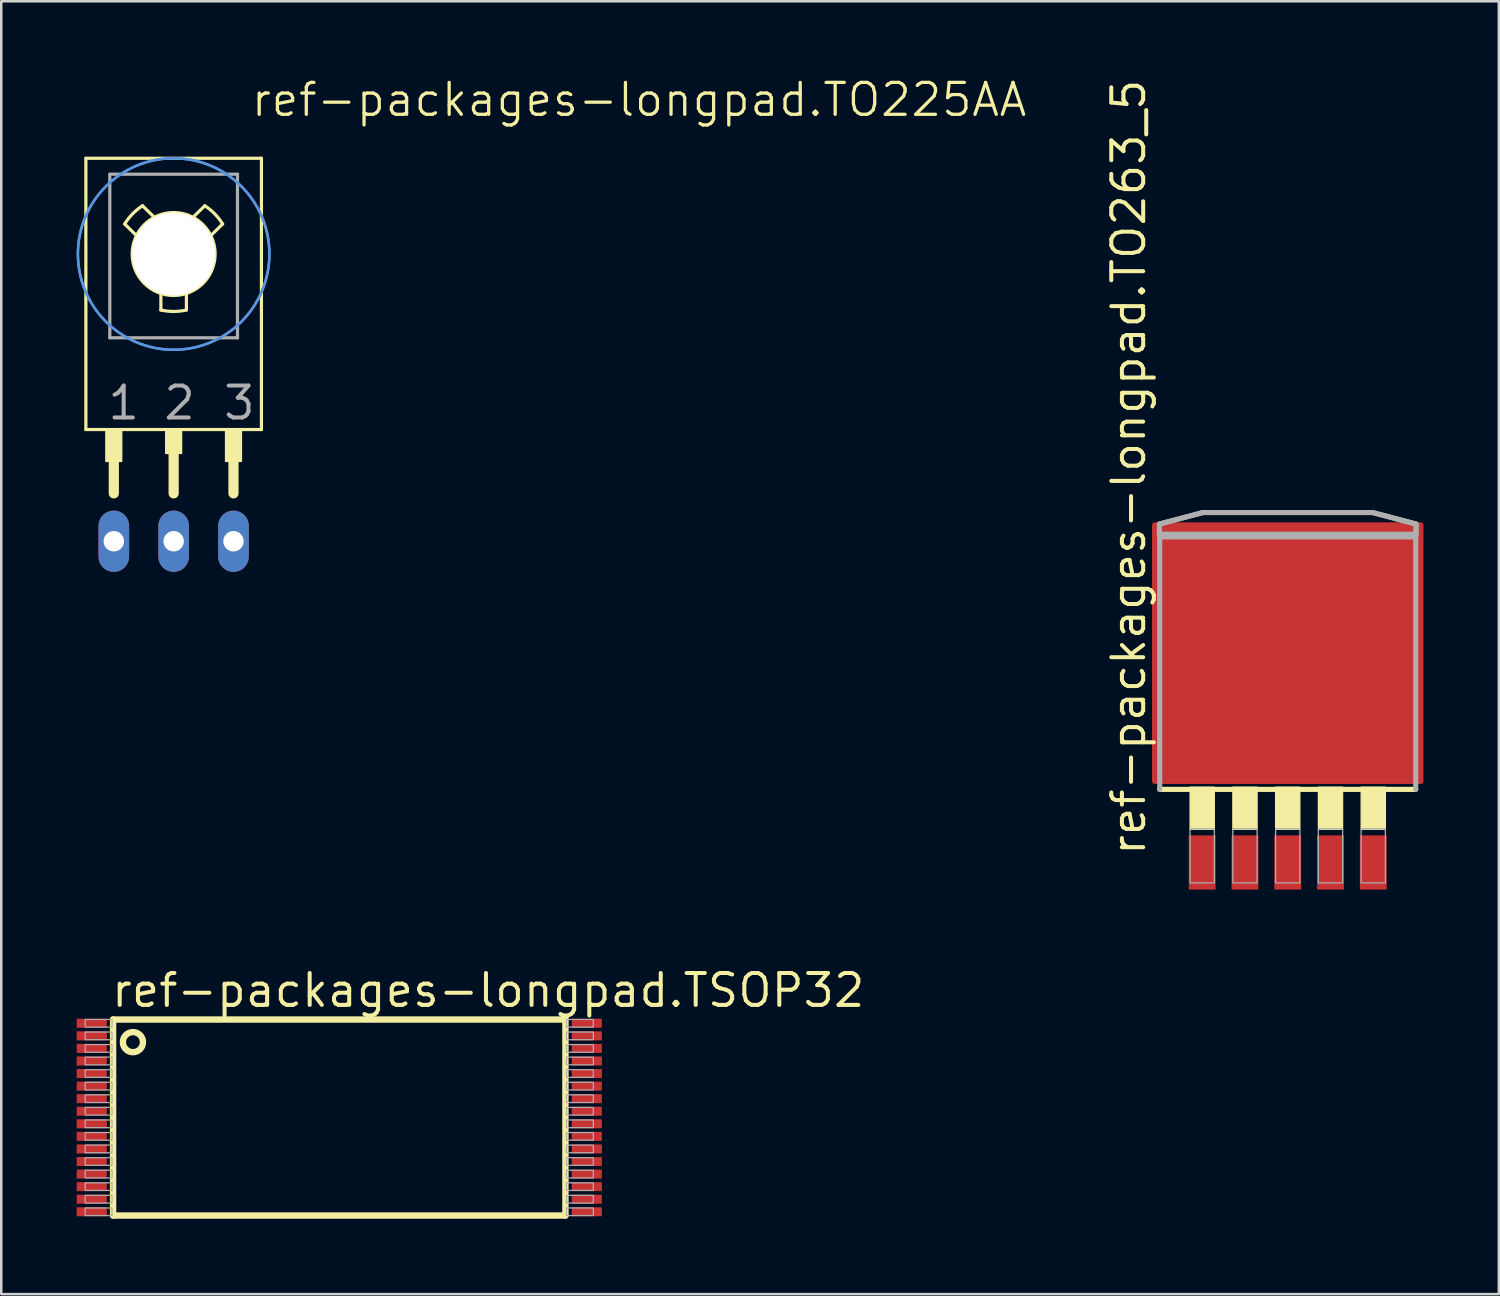
<source format=kicad_pcb>
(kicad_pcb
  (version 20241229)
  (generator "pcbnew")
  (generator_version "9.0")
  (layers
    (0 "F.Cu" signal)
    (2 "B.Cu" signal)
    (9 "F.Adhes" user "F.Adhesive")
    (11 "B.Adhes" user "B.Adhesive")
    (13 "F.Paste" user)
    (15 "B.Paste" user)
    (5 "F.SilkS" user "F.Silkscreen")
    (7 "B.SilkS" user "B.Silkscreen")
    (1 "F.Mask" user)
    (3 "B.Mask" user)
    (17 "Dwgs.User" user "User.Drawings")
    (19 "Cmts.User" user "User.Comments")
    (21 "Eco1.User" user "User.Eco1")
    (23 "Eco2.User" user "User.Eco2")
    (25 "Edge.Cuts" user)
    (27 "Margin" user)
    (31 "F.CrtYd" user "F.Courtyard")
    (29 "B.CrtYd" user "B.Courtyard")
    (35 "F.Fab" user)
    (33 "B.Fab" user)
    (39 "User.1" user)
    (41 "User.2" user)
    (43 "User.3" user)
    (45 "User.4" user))
  (footprint "ref-packages-longpad.TO225AA"
    (layer "F.Cu")
    (at 3.86 7.058)
    (property "Reference" "ref-packages-longpad.TO225AA" (at 3.016 -5.397 180) (layer "F.SilkS") (effects (font (size 1.27 1.27) (thickness 0.13)) (justify left bottom)))
    (attr through_hole)
    (fp_line (start -3.493 -3.81) (end 3.493 -3.81) (stroke (width 0.127) (type default)) (layer "F.SilkS"))
    (fp_line (start -3.493 6.985) (end -3.493 -3.81) (stroke (width 0.127) (type default)) (layer "F.SilkS"))
    (fp_line (start -3.493 6.985) (end 3.493 6.985) (stroke (width 0.127) (type default)) (layer "F.SilkS"))
    (fp_line (start -2.381 8.096) (end -2.381 9.525) (stroke (width 0.406) (type default)) (layer "F.SilkS"))
    (fp_line (start -1.479 -0.734) (end -1.949 -1.194) (stroke (width 0.127) (type default)) (layer "F.SilkS"))
    (fp_line (start -0.769 -1.461) (end -1.239 -1.921) (stroke (width 0.127) (type default)) (layer "F.SilkS"))
    (fp_line (start -0.508 1.571) (end -0.508 2.229) (stroke (width 0.127) (type default)) (layer "F.SilkS"))
    (fp_line (start 0 7.779) (end 0 9.525) (stroke (width 0.406) (type default)) (layer "F.SilkS"))
    (fp_line (start 0.508 1.571) (end 0.508 2.229) (stroke (width 0.127) (type default)) (layer "F.SilkS"))
    (fp_line (start 0.769 -1.461) (end 1.239 -1.921) (stroke (width 0.127) (type default)) (layer "F.SilkS"))
    (fp_line (start 1.479 -0.734) (end 1.949 -1.194) (stroke (width 0.127) (type default)) (layer "F.SilkS"))
    (fp_line (start 2.381 8.096) (end 2.381 9.525) (stroke (width 0.406) (type default)) (layer "F.SilkS"))
    (fp_line (start 3.493 -3.81) (end 3.493 6.985) (stroke (width 0.127) (type default)) (layer "F.SilkS"))
    (fp_rect (start -2.699 8.255) (end -2.064 6.985) (stroke (width 0.05) (type default)) (fill yes) (layer "F.SilkS"))
    (fp_rect (start -0.318 7.938) (end 0.318 6.985) (stroke (width 0.05) (type default)) (fill yes) (layer "F.SilkS"))
    (fp_rect (start 2.064 8.255) (end 2.699 6.985) (stroke (width 0.05) (type default)) (fill yes) (layer "F.SilkS"))
    (fp_arc (start -1.949 -1.194) (mid -1.634921 -1.597231) (end -1.2391 -1.9206) (stroke (width 0.127) (type default)) (layer "F.SilkS"))
    (fp_arc (start 0.508 2.229) (mid 0 2.286158) (end -0.508 2.229) (stroke (width 0.127) (type default)) (layer "F.SilkS"))
    (fp_arc (start 1.239 -1.921) (mid 1.63487 -1.597636) (end 1.949 -1.1944) (stroke (width 0.127) (type default)) (layer "F.SilkS"))
    (fp_circle (center 0 0) (end 1.651 0) (stroke (width 0.127) (type default)) (fill no) (layer "F.SilkS"))
    (fp_circle (center 0 0) (end 3.81 0) (stroke (width 0.1) (type default)) (fill no) (layer "Cmts.User"))
    (fp_circle (center 0 0) (end 3.81 0) (stroke (width 0.1) (type default)) (fill no) (layer "Cmts.User"))
    (fp_line (start -2.54 -3.175) (end -2.54 3.334) (stroke (width 0.127) (type default)) (layer "F.Fab"))
    (fp_line (start -2.54 3.334) (end 2.54 3.334) (stroke (width 0.127) (type default)) (layer "F.Fab"))
    (fp_line (start 2.54 -3.175) (end -2.54 -3.175) (stroke (width 0.127) (type default)) (layer "F.Fab"))
    (fp_line (start 2.54 3.334) (end 2.54 -3.175) (stroke (width 0.127) (type default)) (layer "F.Fab"))
    (fp_text user "3" (at 1.905 6.668 0) (layer "F.Fab") (effects (font (size 1.27 1.27) (thickness 0.16)) (justify left bottom)))
    (fp_text user "2" (at -0.476 6.668 0) (layer "F.Fab") (effects (font (size 1.27 1.27) (thickness 0.16)) (justify left bottom)))
    (fp_text user "1" (at -2.699 6.668 0) (layer "F.Fab") (effects (font (size 1.27 1.27) (thickness 0.16)) (justify left bottom)))
    (pad "" np_thru_hole circle (at 0 0) (size 3.302 3.302) (drill 3.302) (layers "*.Cu" "*.Mask"))
    (pad "1" thru_hole oval (at -2.381 11.43 90) (size 2.438 1.219) (drill 0.813) (layers "*.Cu" "*.Mask"))
    (pad "2" thru_hole oval (at 0 11.43 90) (size 2.438 1.219) (drill 0.813) (layers "*.Cu" "*.Mask"))
    (pad "3" thru_hole oval (at 2.381 11.43 90) (size 2.438 1.219) (drill 0.813) (layers "*.Cu" "*.Mask")))
  (footprint "ref-packages-longpad.TO263_5"
    (layer "F.Cu")
    (at 48.193 25.481)
    (property "Reference" "ref-packages-longpad.TO263_5" (at -5.588 5.588 90) (layer "F.SilkS") (effects (font (size 1.27 1.27) (thickness 0.16)) (justify left bottom)))
    (attr smd)
    (fp_line (start 5.094 2.88) (end -5.094 2.88) (stroke (width 0.203) (type default)) (layer "F.SilkS"))
    (fp_rect (start -3.886 4.47) (end -2.921 2.794) (stroke (width 0.05) (type default)) (fill yes) (layer "F.SilkS"))
    (fp_rect (start -2.184 4.47) (end -1.219 2.794) (stroke (width 0.05) (type default)) (fill yes) (layer "F.SilkS"))
    (fp_rect (start -0.483 4.47) (end 0.483 2.794) (stroke (width 0.05) (type default)) (fill yes) (layer "F.SilkS"))
    (fp_rect (start 1.219 4.47) (end 2.184 2.794) (stroke (width 0.05) (type default)) (fill yes) (layer "F.SilkS"))
    (fp_rect (start 2.921 4.47) (end 3.886 2.794) (stroke (width 0.05) (type default)) (fill yes) (layer "F.SilkS"))
    (fp_line (start -5.105 -7.678) (end -3.378 -8.135) (stroke (width 0.203) (type default)) (layer "F.Fab"))
    (fp_line (start -5.105 -7.267) (end -5.105 -7.678) (stroke (width 0.203) (type default)) (layer "F.Fab"))
    (fp_line (start -5.094 -7.165) (end 5.094 -7.165) (stroke (width 0.203) (type default)) (layer "F.Fab"))
    (fp_line (start -5.094 2.88) (end -5.094 -7.165) (stroke (width 0.203) (type default)) (layer "F.Fab"))
    (fp_line (start -3.378 -8.135) (end 3.378 -8.135) (stroke (width 0.203) (type default)) (layer "F.Fab"))
    (fp_line (start 3.378 -8.135) (end 5.105 -7.678) (stroke (width 0.203) (type default)) (layer "F.Fab"))
    (fp_line (start 5.094 -7.165) (end 5.094 2.88) (stroke (width 0.203) (type default)) (layer "F.Fab"))
    (fp_line (start 5.105 -7.678) (end 5.105 -7.267) (stroke (width 0.203) (type default)) (layer "F.Fab"))
    (fp_line (start 5.105 -7.267) (end -5.105 -7.267) (stroke (width 0.203) (type default)) (layer "F.Fab"))
    (fp_rect (start -3.886 6.604) (end -2.921 4.445) (stroke (width 0.05) (type default)) (fill no) (layer "F.Fab"))
    (fp_rect (start -2.184 6.604) (end -1.219 4.445) (stroke (width 0.05) (type default)) (fill no) (layer "F.Fab"))
    (fp_rect (start -0.483 6.604) (end 0.483 4.445) (stroke (width 0.05) (type default)) (fill no) (layer "F.Fab"))
    (fp_rect (start 1.219 6.604) (end 2.184 4.445) (stroke (width 0.05) (type default)) (fill no) (layer "F.Fab"))
    (fp_rect (start 2.921 6.604) (end 3.886 4.445) (stroke (width 0.05) (type default)) (fill no) (layer "F.Fab"))
    (fp_poly (pts (xy -5.105 -7.267) (xy -5.105 -7.678) (xy -3.378 -8.135) (xy 3.378 -8.135) (xy 5.105 -7.678) (xy 5.105 -7.267)) (stroke (width 0.203) (type default)) (fill no) (layer "F.Fab"))
    (pad "1" smd roundrect (at -3.404 5.791) (size 1.067 2.159) (layers "F.Cu" "F.Mask" "F.Paste") (roundrect_rratio 0.01))
    (pad "2" smd roundrect (at -1.702 5.791) (size 1.067 2.159) (layers "F.Cu" "F.Mask" "F.Paste") (roundrect_rratio 0.01))
    (pad "3" smd roundrect (at 0 5.791) (size 1.067 2.159) (layers "F.Cu" "F.Mask" "F.Paste") (roundrect_rratio 0.01))
    (pad "4" smd roundrect (at 1.702 5.791) (size 1.067 2.159) (layers "F.Cu" "F.Mask" "F.Paste") (roundrect_rratio 0.01))
    (pad "5" smd roundrect (at 3.404 5.791) (size 1.067 2.159) (layers "F.Cu" "F.Mask" "F.Paste") (roundrect_rratio 0.01))
    (pad "6" smd roundrect (at 0 -2.54) (size 10.8 10.41) (layers "F.Cu" "F.Mask" "F.Paste") (roundrect_rratio 0.01)))
  (footprint "ref-packages-longpad.TSOP32"
    (layer "F.Cu")
    (at 10.45 41.42)
    (property "Reference" "ref-packages-longpad.TSOP32" (at -9.144 -4.318 0) (layer "F.SilkS") (effects (font (size 1.27 1.27) (thickness 0.16)) (justify left bottom)))
    (attr smd)
    (fp_line (start -9 -3.9) (end 9 -3.9) (stroke (width 0.254) (type default)) (layer "F.SilkS"))
    (fp_line (start -9 3.9) (end -9 -3.9) (stroke (width 0.254) (type default)) (layer "F.SilkS"))
    (fp_line (start 9 -3.9) (end 9 3.9) (stroke (width 0.254) (type default)) (layer "F.SilkS"))
    (fp_line (start 9 3.9) (end -9 3.9) (stroke (width 0.254) (type default)) (layer "F.SilkS"))
    (fp_circle (center -8.21 -3) (end -7.81 -3) (stroke (width 0.254) (type default)) (fill no) (layer "F.SilkS"))
    (fp_rect (start -10.11 -3.598) (end -9.043 -3.902) (stroke (width 0.05) (type default)) (fill no) (layer "F.Fab"))
    (fp_rect (start -10.11 -3.098) (end -9.043 -3.402) (stroke (width 0.05) (type default)) (fill no) (layer "F.Fab"))
    (fp_rect (start -10.11 -2.598) (end -9.043 -2.902) (stroke (width 0.05) (type default)) (fill no) (layer "F.Fab"))
    (fp_rect (start -10.11 -2.098) (end -9.043 -2.402) (stroke (width 0.05) (type default)) (fill no) (layer "F.Fab"))
    (fp_rect (start -10.11 -1.598) (end -9.043 -1.902) (stroke (width 0.05) (type default)) (fill no) (layer "F.Fab"))
    (fp_rect (start -10.11 -1.098) (end -9.043 -1.402) (stroke (width 0.05) (type default)) (fill no) (layer "F.Fab"))
    (fp_rect (start -10.11 -0.598) (end -9.043 -0.902) (stroke (width 0.05) (type default)) (fill no) (layer "F.Fab"))
    (fp_rect (start -10.11 -0.098) (end -9.043 -0.402) (stroke (width 0.05) (type default)) (fill no) (layer "F.Fab"))
    (fp_rect (start -10.11 0.402) (end -9.043 0.098) (stroke (width 0.05) (type default)) (fill no) (layer "F.Fab"))
    (fp_rect (start -10.11 0.902) (end -9.043 0.598) (stroke (width 0.05) (type default)) (fill no) (layer "F.Fab"))
    (fp_rect (start -10.11 1.402) (end -9.043 1.098) (stroke (width 0.05) (type default)) (fill no) (layer "F.Fab"))
    (fp_rect (start -10.11 1.902) (end -9.043 1.598) (stroke (width 0.05) (type default)) (fill no) (layer "F.Fab"))
    (fp_rect (start -10.11 2.402) (end -9.043 2.098) (stroke (width 0.05) (type default)) (fill no) (layer "F.Fab"))
    (fp_rect (start -10.11 2.902) (end -9.043 2.598) (stroke (width 0.05) (type default)) (fill no) (layer "F.Fab"))
    (fp_rect (start -10.11 3.402) (end -9.043 3.098) (stroke (width 0.05) (type default)) (fill no) (layer "F.Fab"))
    (fp_rect (start -10.11 3.902) (end -9.043 3.598) (stroke (width 0.05) (type default)) (fill no) (layer "F.Fab"))
    (fp_rect (start 9.043 -3.598) (end 10.11 -3.902) (stroke (width 0.05) (type default)) (fill no) (layer "F.Fab"))
    (fp_rect (start 9.043 -3.098) (end 10.11 -3.402) (stroke (width 0.05) (type default)) (fill no) (layer "F.Fab"))
    (fp_rect (start 9.043 -2.598) (end 10.11 -2.902) (stroke (width 0.05) (type default)) (fill no) (layer "F.Fab"))
    (fp_rect (start 9.043 -2.098) (end 10.11 -2.402) (stroke (width 0.05) (type default)) (fill no) (layer "F.Fab"))
    (fp_rect (start 9.043 -1.598) (end 10.11 -1.902) (stroke (width 0.05) (type default)) (fill no) (layer "F.Fab"))
    (fp_rect (start 9.043 -1.098) (end 10.11 -1.402) (stroke (width 0.05) (type default)) (fill no) (layer "F.Fab"))
    (fp_rect (start 9.043 -0.598) (end 10.11 -0.902) (stroke (width 0.05) (type default)) (fill no) (layer "F.Fab"))
    (fp_rect (start 9.043 -0.098) (end 10.11 -0.402) (stroke (width 0.05) (type default)) (fill no) (layer "F.Fab"))
    (fp_rect (start 9.043 0.402) (end 10.11 0.098) (stroke (width 0.05) (type default)) (fill no) (layer "F.Fab"))
    (fp_rect (start 9.043 0.902) (end 10.11 0.598) (stroke (width 0.05) (type default)) (fill no) (layer "F.Fab"))
    (fp_rect (start 9.043 1.402) (end 10.11 1.098) (stroke (width 0.05) (type default)) (fill no) (layer "F.Fab"))
    (fp_rect (start 9.043 1.902) (end 10.11 1.598) (stroke (width 0.05) (type default)) (fill no) (layer "F.Fab"))
    (fp_rect (start 9.043 2.402) (end 10.11 2.098) (stroke (width 0.05) (type default)) (fill no) (layer "F.Fab"))
    (fp_rect (start 9.043 2.902) (end 10.11 2.598) (stroke (width 0.05) (type default)) (fill no) (layer "F.Fab"))
    (fp_rect (start 9.043 3.402) (end 10.11 3.098) (stroke (width 0.05) (type default)) (fill no) (layer "F.Fab"))
    (fp_rect (start 9.043 3.902) (end 10.11 3.598) (stroke (width 0.05) (type default)) (fill no) (layer "F.Fab"))
    (pad "1" smd roundrect (at -9.85 -3.75) (size 1.2 0.36) (layers "F.Cu" "F.Mask" "F.Paste") (roundrect_rratio 0.01))
    (pad "2" smd roundrect (at -9.85 -3.25) (size 1.2 0.36) (layers "F.Cu" "F.Mask" "F.Paste") (roundrect_rratio 0.01))
    (pad "3" smd roundrect (at -9.85 -2.75) (size 1.2 0.36) (layers "F.Cu" "F.Mask" "F.Paste") (roundrect_rratio 0.01))
    (pad "4" smd roundrect (at -9.85 -2.25) (size 1.2 0.36) (layers "F.Cu" "F.Mask" "F.Paste") (roundrect_rratio 0.01))
    (pad "5" smd roundrect (at -9.85 -1.75) (size 1.2 0.36) (layers "F.Cu" "F.Mask" "F.Paste") (roundrect_rratio 0.01))
    (pad "6" smd roundrect (at -9.85 -1.25) (size 1.2 0.36) (layers "F.Cu" "F.Mask" "F.Paste") (roundrect_rratio 0.01))
    (pad "7" smd roundrect (at -9.85 -0.75) (size 1.2 0.36) (layers "F.Cu" "F.Mask" "F.Paste") (roundrect_rratio 0.01))
    (pad "8" smd roundrect (at -9.85 -0.25) (size 1.2 0.36) (layers "F.Cu" "F.Mask" "F.Paste") (roundrect_rratio 0.01))
    (pad "9" smd roundrect (at -9.85 0.25) (size 1.2 0.36) (layers "F.Cu" "F.Mask" "F.Paste") (roundrect_rratio 0.01))
    (pad "10" smd roundrect (at -9.85 0.75) (size 1.2 0.36) (layers "F.Cu" "F.Mask" "F.Paste") (roundrect_rratio 0.01))
    (pad "11" smd roundrect (at -9.85 1.25) (size 1.2 0.36) (layers "F.Cu" "F.Mask" "F.Paste") (roundrect_rratio 0.01))
    (pad "12" smd roundrect (at -9.85 1.75) (size 1.2 0.36) (layers "F.Cu" "F.Mask" "F.Paste") (roundrect_rratio 0.01))
    (pad "13" smd roundrect (at -9.85 2.25) (size 1.2 0.36) (layers "F.Cu" "F.Mask" "F.Paste") (roundrect_rratio 0.01))
    (pad "14" smd roundrect (at -9.85 2.75) (size 1.2 0.36) (layers "F.Cu" "F.Mask" "F.Paste") (roundrect_rratio 0.01))
    (pad "15" smd roundrect (at -9.85 3.25) (size 1.2 0.36) (layers "F.Cu" "F.Mask" "F.Paste") (roundrect_rratio 0.01))
    (pad "16" smd roundrect (at -9.85 3.75) (size 1.2 0.36) (layers "F.Cu" "F.Mask" "F.Paste") (roundrect_rratio 0.01))
    (pad "17" smd roundrect (at 9.85 3.75) (size 1.2 0.36) (layers "F.Cu" "F.Mask" "F.Paste") (roundrect_rratio 0.01))
    (pad "18" smd roundrect (at 9.85 3.25) (size 1.2 0.36) (layers "F.Cu" "F.Mask" "F.Paste") (roundrect_rratio 0.01))
    (pad "19" smd roundrect (at 9.85 2.75) (size 1.2 0.36) (layers "F.Cu" "F.Mask" "F.Paste") (roundrect_rratio 0.01))
    (pad "20" smd roundrect (at 9.85 2.25) (size 1.2 0.36) (layers "F.Cu" "F.Mask" "F.Paste") (roundrect_rratio 0.01))
    (pad "21" smd roundrect (at 9.85 1.75) (size 1.2 0.36) (layers "F.Cu" "F.Mask" "F.Paste") (roundrect_rratio 0.01))
    (pad "22" smd roundrect (at 9.85 1.25) (size 1.2 0.36) (layers "F.Cu" "F.Mask" "F.Paste") (roundrect_rratio 0.01))
    (pad "23" smd roundrect (at 9.85 0.75) (size 1.2 0.36) (layers "F.Cu" "F.Mask" "F.Paste") (roundrect_rratio 0.01))
    (pad "24" smd roundrect (at 9.85 0.25) (size 1.2 0.36) (layers "F.Cu" "F.Mask" "F.Paste") (roundrect_rratio 0.01))
    (pad "25" smd roundrect (at 9.85 -0.25) (size 1.2 0.36) (layers "F.Cu" "F.Mask" "F.Paste") (roundrect_rratio 0.01))
    (pad "26" smd roundrect (at 9.85 -0.75) (size 1.2 0.36) (layers "F.Cu" "F.Mask" "F.Paste") (roundrect_rratio 0.01))
    (pad "27" smd roundrect (at 9.85 -1.25) (size 1.2 0.36) (layers "F.Cu" "F.Mask" "F.Paste") (roundrect_rratio 0.01))
    (pad "28" smd roundrect (at 9.85 -1.75) (size 1.2 0.36) (layers "F.Cu" "F.Mask" "F.Paste") (roundrect_rratio 0.01))
    (pad "29" smd roundrect (at 9.85 -2.25) (size 1.2 0.36) (layers "F.Cu" "F.Mask" "F.Paste") (roundrect_rratio 0.01))
    (pad "30" smd roundrect (at 9.85 -2.75) (size 1.2 0.36) (layers "F.Cu" "F.Mask" "F.Paste") (roundrect_rratio 0.01))
    (pad "31" smd roundrect (at 9.85 -3.25) (size 1.2 0.36) (layers "F.Cu" "F.Mask" "F.Paste") (roundrect_rratio 0.01))
    (pad "32" smd roundrect (at 9.85 -3.75) (size 1.2 0.36) (layers "F.Cu" "F.Mask" "F.Paste") (roundrect_rratio 0.01)))
  (gr_rect
    (start -3 -3)
    (end 56.593 48.447)
    (stroke (width 0.1) (type default))
    (fill no)
    (layer "Edge.Cuts")))
</source>
